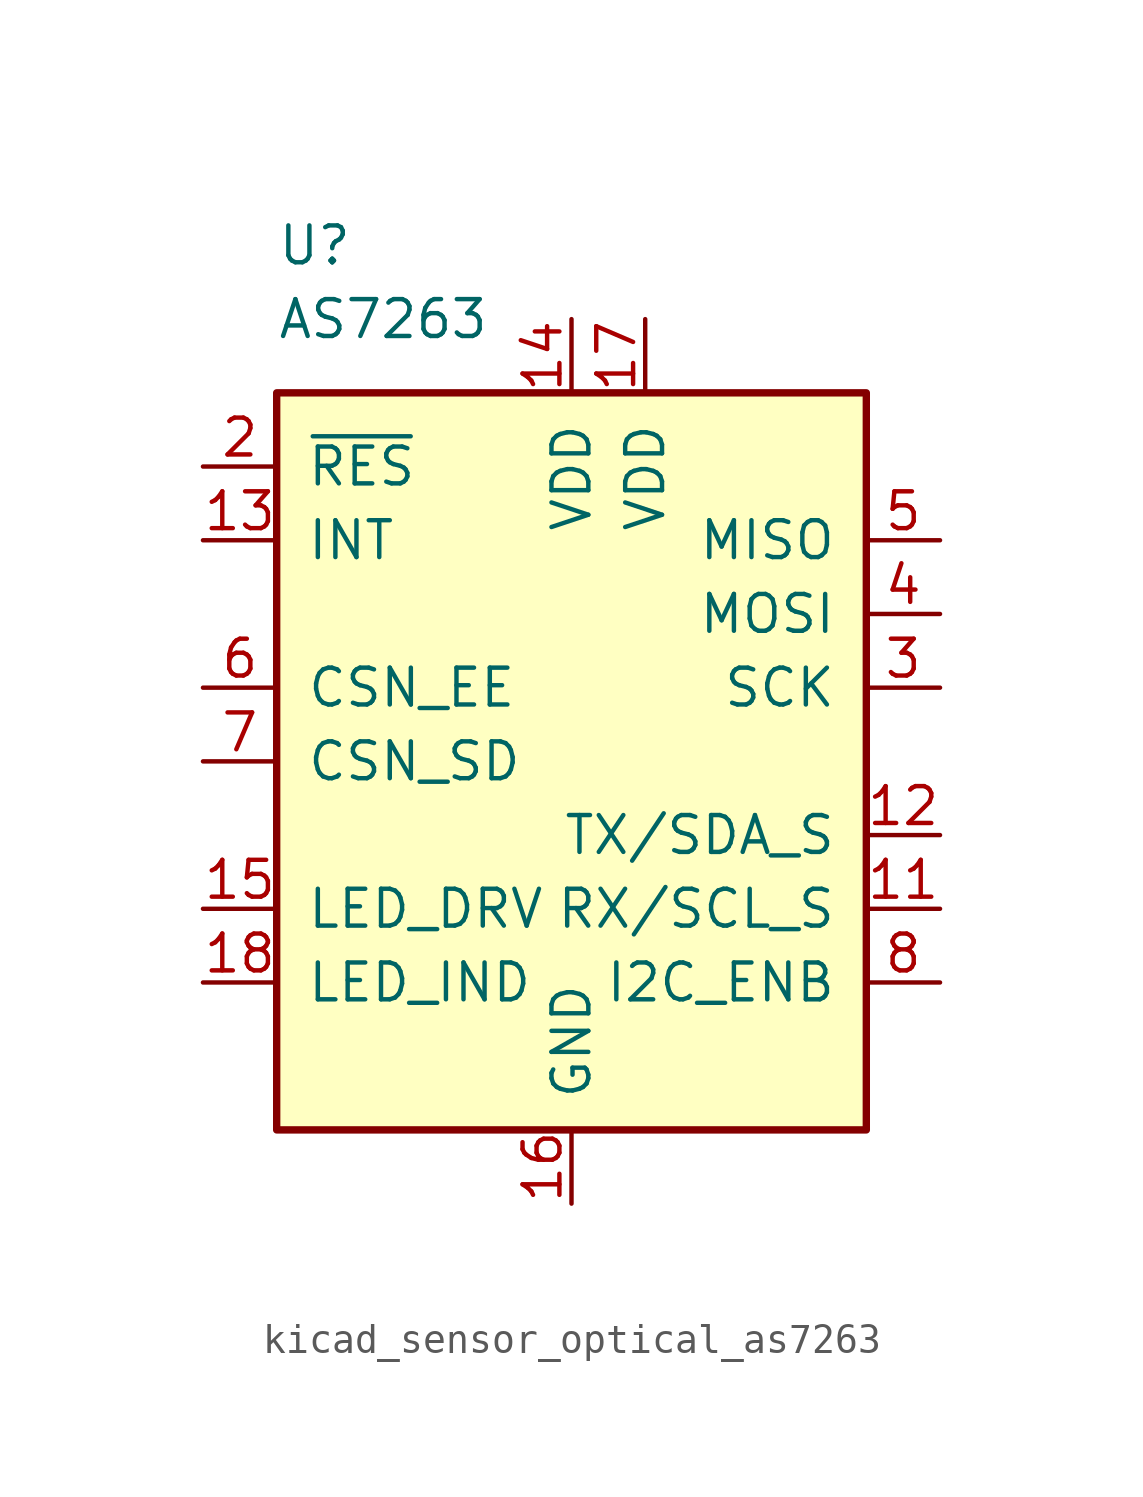
<source format=kicad_sym>
(kicad_symbol_lib
  (version 20220914)
  (generator kicad_symbol_editor)
  (symbol "kicad_sensor_optical_as7263"
    (pin_names
      (offset 1.016))
    (property "Reference" "U"
      (at -10.16 17.78 0)
      (effects (font (size 1.27 1.27)) (justify left)))
    (property "Value" "AS7263"
      (at -10.16 15.24 0)
      (effects (font (size 1.27 1.27)) (justify left)))
    (symbol "kicad_sensor_optical_as7263_0_1"
      (rectangle (start -10.16 12.7) (end 10.16 -12.7) (stroke (width 0.254) (type default)) (fill (type background))))
    (symbol "kicad_sensor_optical_as7263_1_1"
      (pin no_connect line (at 10.16 10.16 180) (length 2.54) hide (name "NF" (effects (font (size 1.27 1.27)))) (number "1" (effects (font (size 1.27 1.27)))))
      (pin no_connect line (at -12.7 5.08 0) (length 2.54) hide (name "NF" (effects (font (size 1.27 1.27)))) (number "10" (effects (font (size 1.27 1.27)))))
      (pin input line (at 12.7 -5.08 180) (length 2.54) (name "RX/SCL_S" (effects (font (size 1.27 1.27)))) (number "11" (effects (font (size 1.27 1.27)))))
      (pin bidirectional line (at 12.7 -2.54 180) (length 2.54) (name "TX/SDA_S" (effects (font (size 1.27 1.27)))) (number "12" (effects (font (size 1.27 1.27)))))
      (pin input line (at -12.7 7.62 0) (length 2.54) (name "INT" (effects (font (size 1.27 1.27)))) (number "13" (effects (font (size 1.27 1.27)))))
      (pin power_in line (at 0 15.24 270) (length 2.54) (name "VDD" (effects (font (size 1.27 1.27)))) (number "14" (effects (font (size 1.27 1.27)))))
      (pin output line (at -12.7 -5.08 0) (length 2.54) (name "LED_DRV" (effects (font (size 1.27 1.27)))) (number "15" (effects (font (size 1.27 1.27)))))
      (pin power_in line (at 0 -15.24 90) (length 2.54) (name "GND" (effects (font (size 1.27 1.27)))) (number "16" (effects (font (size 1.27 1.27)))))
      (pin power_in line (at 2.54 15.24 270) (length 2.54) (name "VDD" (effects (font (size 1.27 1.27)))) (number "17" (effects (font (size 1.27 1.27)))))
      (pin output line (at -12.7 -7.62 0) (length 2.54) (name "LED_IND" (effects (font (size 1.27 1.27)))) (number "18" (effects (font (size 1.27 1.27)))))
      (pin no_connect line (at -10.16 -2.54 0) (length 2.54) hide (name "NF" (effects (font (size 1.27 1.27)))) (number "19" (effects (font (size 1.27 1.27)))))
      (pin input line (at -12.7 10.16 0) (length 2.54) (name "~{RES}" (effects (font (size 1.27 1.27)))) (number "2" (effects (font (size 1.27 1.27)))))
      (pin no_connect line (at -10.16 -10.16 0) (length 2.54) hide (name "NF" (effects (font (size 1.27 1.27)))) (number "20" (effects (font (size 1.27 1.27)))))
      (pin input line (at 12.7 2.54 180) (length 2.54) (name "SCK" (effects (font (size 1.27 1.27)))) (number "3" (effects (font (size 1.27 1.27)))))
      (pin bidirectional line (at 12.7 5.08 180) (length 2.54) (name "MOSI" (effects (font (size 1.27 1.27)))) (number "4" (effects (font (size 1.27 1.27)))))
      (pin bidirectional line (at 12.7 7.62 180) (length 2.54) (name "MISO" (effects (font (size 1.27 1.27)))) (number "5" (effects (font (size 1.27 1.27)))))
      (pin input line (at -12.7 2.54 0) (length 2.54) (name "CSN_EE" (effects (font (size 1.27 1.27)))) (number "6" (effects (font (size 1.27 1.27)))))
      (pin input line (at -12.7 0 0) (length 2.54) (name "CSN_SD" (effects (font (size 1.27 1.27)))) (number "7" (effects (font (size 1.27 1.27)))))
      (pin input line (at 12.7 -7.62 180) (length 2.54) (name "I2C_ENB" (effects (font (size 1.27 1.27)))) (number "8" (effects (font (size 1.27 1.27)))))
      (pin no_connect line (at 10.16 -10.16 180) (length 2.54) hide (name "NF" (effects (font (size 1.27 1.27)))) (number "9" (effects (font (size 1.27 1.27))))))))
</source>
